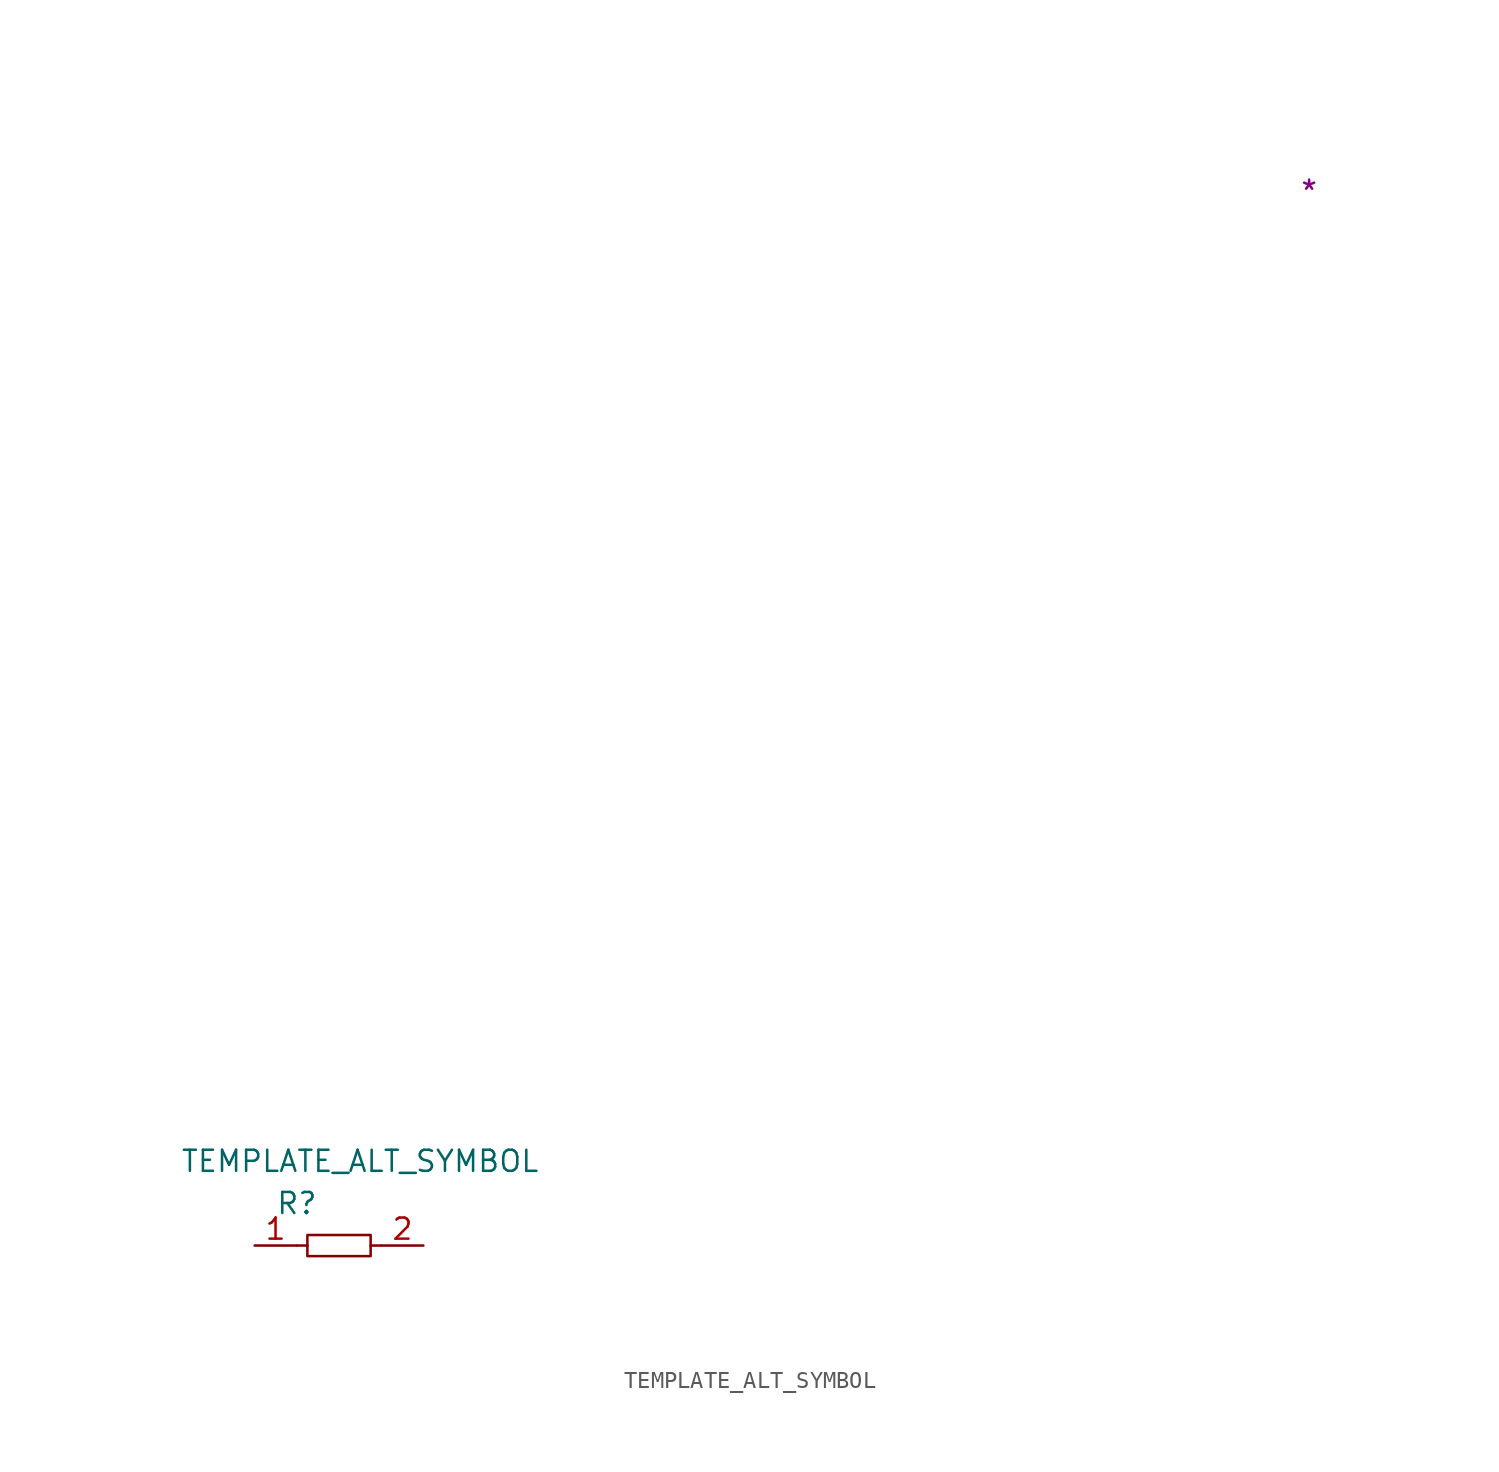
<source format=kicad_sym>
(kicad_symbol_lib
  (version 20241209)
  (generator "kicad_symbol_editor")
  (generator_version "9.0")
  (symbol "TEMPLATE_ALT_SYMBOL"
    (pin_names
      (offset 1.016))
    (property "Reference" "R"
      (at -2.54 2.54 0)
      (effects (font (size 1.27 1.27))))
    (property "Value" "TEMPLATE_ALT_SYMBOL"
      (at 1.27 5.08 0)
      (effects (font (size 1.27 1.27))))
    (property "_Value_" "*"
      (at 58.42 63.5 0)
      (effects (font (size 1.27 1.27))))
    (symbol "TEMPLATE_ALT_SYMBOL_0_1"
      (polyline (pts (xy -2.54 0) (xy -1.905 0)) (stroke (width 0) (type solid)) (fill (type none)))
      (rectangle (start -1.905 0.635) (end 1.905 -0.635) (stroke (width 0) (type solid)) (fill (type none)))
      (polyline (pts (xy -1.905 0) (xy -1.905 0)) (stroke (width 0) (type solid)) (fill (type none)))
      (polyline (pts (xy 1.905 0) (xy 1.905 0)) (stroke (width 0) (type solid)) (fill (type none)))
      (polyline (pts (xy 2.54 0) (xy 1.905 0)) (stroke (width 0) (type solid)) (fill (type none))))
    (symbol "TEMPLATE_ALT_SYMBOL_1_1"
      (pin passive line (at -5.08 0 0) (length 2.515) (name "~" (effects (font (size 1.27 1.27)))) (number "1" (effects (font (size 1.27 1.27)))))
      (pin passive line (at 5.08 0 180) (length 2.515) (name "~" (effects (font (size 1.27 1.27)))) (number "2" (effects (font (size 1.27 1.27))))))))
</source>
